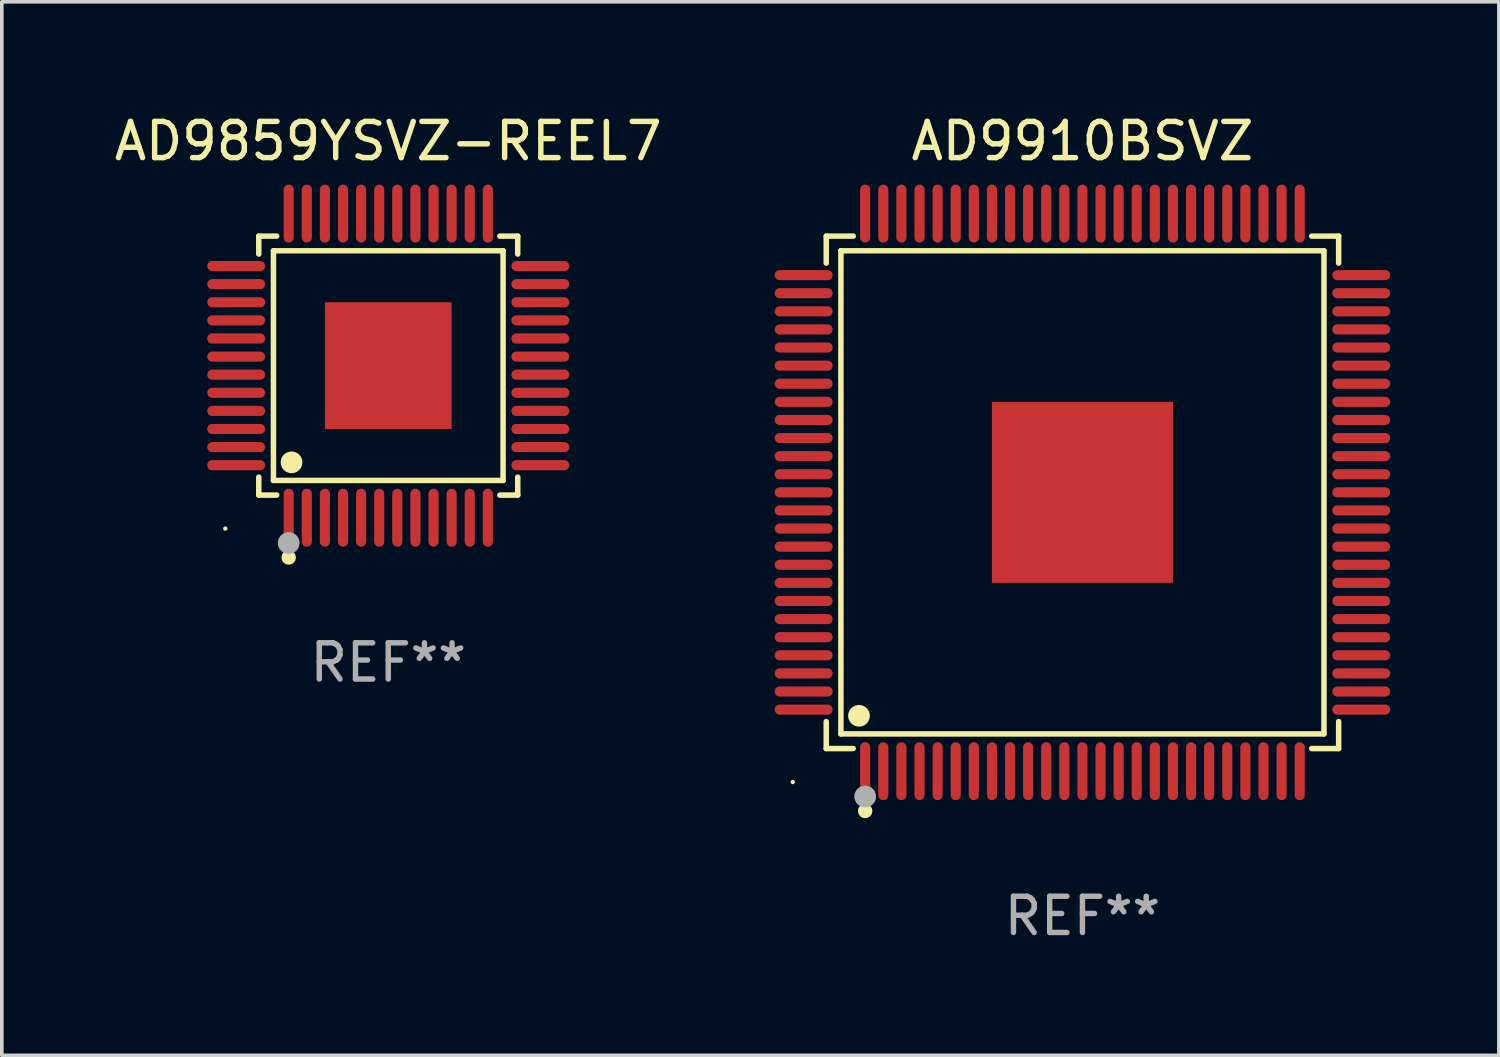
<source format=kicad_pcb>
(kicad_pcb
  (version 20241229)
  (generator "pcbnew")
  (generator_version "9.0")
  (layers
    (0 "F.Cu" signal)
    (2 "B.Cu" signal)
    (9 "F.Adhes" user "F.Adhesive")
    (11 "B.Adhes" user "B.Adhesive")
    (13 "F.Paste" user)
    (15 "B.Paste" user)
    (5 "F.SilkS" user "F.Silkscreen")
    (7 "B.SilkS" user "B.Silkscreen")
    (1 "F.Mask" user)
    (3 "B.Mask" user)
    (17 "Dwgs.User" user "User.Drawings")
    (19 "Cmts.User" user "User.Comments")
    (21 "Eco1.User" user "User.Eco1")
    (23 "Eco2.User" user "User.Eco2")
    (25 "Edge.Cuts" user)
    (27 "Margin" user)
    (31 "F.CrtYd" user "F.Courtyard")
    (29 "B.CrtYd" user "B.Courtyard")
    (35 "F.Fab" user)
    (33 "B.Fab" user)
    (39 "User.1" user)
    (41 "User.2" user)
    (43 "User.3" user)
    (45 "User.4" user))
  (footprint "AD9910BSVZ"
    (layer "F.Cu")
    (at 26.845 10.548)
    (property "Reference" "AD9910BSVZ" (at 0 -9.7 0) (layer "F.SilkS") (effects (font (size 1 1) (thickness 0.15))))
    (attr through_hole)
    (fp_line (start -7.076 -7.076) (end -6.331 -7.076) (stroke (width 0.152) (type solid)) (layer "F.SilkS"))
    (fp_line (start -7.076 -6.331) (end -7.076 -7.076) (stroke (width 0.152) (type solid)) (layer "F.SilkS"))
    (fp_line (start -7.076 6.331) (end -7.076 7.076) (stroke (width 0.152) (type solid)) (layer "F.SilkS"))
    (fp_line (start -7.076 7.076) (end -6.331 7.076) (stroke (width 0.152) (type solid)) (layer "F.SilkS"))
    (fp_line (start -6.671 -6.671) (end 6.671 -6.671) (stroke (width 0.152) (type solid)) (layer "F.SilkS"))
    (fp_line (start -6.671 6.671) (end -6.671 -6.671) (stroke (width 0.152) (type solid)) (layer "F.SilkS"))
    (fp_line (start 6.671 -6.671) (end 6.671 6.671) (stroke (width 0.152) (type solid)) (layer "F.SilkS"))
    (fp_line (start 6.671 6.671) (end -6.671 6.671) (stroke (width 0.152) (type solid)) (layer "F.SilkS"))
    (fp_line (start 7.076 -7.076) (end 6.331 -7.076) (stroke (width 0.152) (type solid)) (layer "F.SilkS"))
    (fp_line (start 7.076 -6.331) (end 7.076 -7.076) (stroke (width 0.152) (type solid)) (layer "F.SilkS"))
    (fp_line (start 7.076 6.331) (end 7.076 7.076) (stroke (width 0.152) (type solid)) (layer "F.SilkS"))
    (fp_line (start 7.076 7.076) (end 6.331 7.076) (stroke (width 0.152) (type solid)) (layer "F.SilkS"))
    (fp_circle (center -8 8) (end -7.97 8) (stroke (width 0.06) (type solid)) (fill no) (layer "F.SilkS"))
    (fp_circle (center -6.171 6.171) (end -6.021 6.171) (stroke (width 0.3) (type solid)) (fill no) (layer "F.SilkS"))
    (fp_circle (center -6 8.8) (end -5.9 8.8) (stroke (width 0.2) (type solid)) (fill no) (layer "F.SilkS"))
    (fp_circle (center -6 8.4) (end -5.85 8.4) (stroke (width 0.3) (type solid)) (fill no) (layer "F.Fab"))
    (fp_text user "REF**" (at 0 11.7 0) (layer "F.Fab") (effects (font (size 1 1) (thickness 0.15))))
    (pad "1" smd oval (at -6 7.7) (size 0.28 1.6) (layers "F.Cu" "F.Mask" "F.Paste"))
    (pad "2" smd oval (at -5.5 7.7) (size 0.28 1.6) (layers "F.Cu" "F.Mask" "F.Paste"))
    (pad "3" smd oval (at -5 7.7) (size 0.28 1.6) (layers "F.Cu" "F.Mask" "F.Paste"))
    (pad "4" smd oval (at -4.5 7.7) (size 0.28 1.6) (layers "F.Cu" "F.Mask" "F.Paste"))
    (pad "5" smd oval (at -4 7.7) (size 0.28 1.6) (layers "F.Cu" "F.Mask" "F.Paste"))
    (pad "6" smd oval (at -3.5 7.7) (size 0.28 1.6) (layers "F.Cu" "F.Mask" "F.Paste"))
    (pad "7" smd oval (at -3 7.7) (size 0.28 1.6) (layers "F.Cu" "F.Mask" "F.Paste"))
    (pad "8" smd oval (at -2.5 7.7) (size 0.28 1.6) (layers "F.Cu" "F.Mask" "F.Paste"))
    (pad "9" smd oval (at -2 7.7) (size 0.28 1.6) (layers "F.Cu" "F.Mask" "F.Paste"))
    (pad "10" smd oval (at -1.5 7.7) (size 0.28 1.6) (layers "F.Cu" "F.Mask" "F.Paste"))
    (pad "11" smd oval (at -1 7.7) (size 0.28 1.6) (layers "F.Cu" "F.Mask" "F.Paste"))
    (pad "12" smd oval (at -0.5 7.7) (size 0.28 1.6) (layers "F.Cu" "F.Mask" "F.Paste"))
    (pad "13" smd oval (at 0 7.7) (size 0.28 1.6) (layers "F.Cu" "F.Mask" "F.Paste"))
    (pad "14" smd oval (at 0.5 7.7) (size 0.28 1.6) (layers "F.Cu" "F.Mask" "F.Paste"))
    (pad "15" smd oval (at 1 7.7) (size 0.28 1.6) (layers "F.Cu" "F.Mask" "F.Paste"))
    (pad "16" smd oval (at 1.5 7.7) (size 0.28 1.6) (layers "F.Cu" "F.Mask" "F.Paste"))
    (pad "17" smd oval (at 2 7.7) (size 0.28 1.6) (layers "F.Cu" "F.Mask" "F.Paste"))
    (pad "18" smd oval (at 2.5 7.7) (size 0.28 1.6) (layers "F.Cu" "F.Mask" "F.Paste"))
    (pad "19" smd oval (at 3 7.7) (size 0.28 1.6) (layers "F.Cu" "F.Mask" "F.Paste"))
    (pad "20" smd oval (at 3.5 7.7) (size 0.28 1.6) (layers "F.Cu" "F.Mask" "F.Paste"))
    (pad "21" smd oval (at 4 7.7) (size 0.28 1.6) (layers "F.Cu" "F.Mask" "F.Paste"))
    (pad "22" smd oval (at 4.5 7.7) (size 0.28 1.6) (layers "F.Cu" "F.Mask" "F.Paste"))
    (pad "23" smd oval (at 5 7.7) (size 0.28 1.6) (layers "F.Cu" "F.Mask" "F.Paste"))
    (pad "24" smd oval (at 5.5 7.7) (size 0.28 1.6) (layers "F.Cu" "F.Mask" "F.Paste"))
    (pad "25" smd oval (at 6 7.7) (size 0.28 1.6) (layers "F.Cu" "F.Mask" "F.Paste"))
    (pad "26" smd oval (at 7.7 6) (size 1.6 0.28) (layers "F.Cu" "F.Mask" "F.Paste"))
    (pad "27" smd oval (at 7.7 5.5) (size 1.6 0.28) (layers "F.Cu" "F.Mask" "F.Paste"))
    (pad "28" smd oval (at 7.7 5) (size 1.6 0.28) (layers "F.Cu" "F.Mask" "F.Paste"))
    (pad "29" smd oval (at 7.7 4.5) (size 1.6 0.28) (layers "F.Cu" "F.Mask" "F.Paste"))
    (pad "30" smd oval (at 7.7 4) (size 1.6 0.28) (layers "F.Cu" "F.Mask" "F.Paste"))
    (pad "31" smd oval (at 7.7 3.5) (size 1.6 0.28) (layers "F.Cu" "F.Mask" "F.Paste"))
    (pad "32" smd oval (at 7.7 3) (size 1.6 0.28) (layers "F.Cu" "F.Mask" "F.Paste"))
    (pad "33" smd oval (at 7.7 2.5) (size 1.6 0.28) (layers "F.Cu" "F.Mask" "F.Paste"))
    (pad "34" smd oval (at 7.7 2) (size 1.6 0.28) (layers "F.Cu" "F.Mask" "F.Paste"))
    (pad "35" smd oval (at 7.7 1.5) (size 1.6 0.28) (layers "F.Cu" "F.Mask" "F.Paste"))
    (pad "36" smd oval (at 7.7 1) (size 1.6 0.28) (layers "F.Cu" "F.Mask" "F.Paste"))
    (pad "37" smd oval (at 7.7 0.5) (size 1.6 0.28) (layers "F.Cu" "F.Mask" "F.Paste"))
    (pad "38" smd oval (at 7.7 0) (size 1.6 0.28) (layers "F.Cu" "F.Mask" "F.Paste"))
    (pad "39" smd oval (at 7.7 -0.5) (size 1.6 0.28) (layers "F.Cu" "F.Mask" "F.Paste"))
    (pad "40" smd oval (at 7.7 -1) (size 1.6 0.28) (layers "F.Cu" "F.Mask" "F.Paste"))
    (pad "41" smd oval (at 7.7 -1.5) (size 1.6 0.28) (layers "F.Cu" "F.Mask" "F.Paste"))
    (pad "42" smd oval (at 7.7 -2) (size 1.6 0.28) (layers "F.Cu" "F.Mask" "F.Paste"))
    (pad "43" smd oval (at 7.7 -2.5) (size 1.6 0.28) (layers "F.Cu" "F.Mask" "F.Paste"))
    (pad "44" smd oval (at 7.7 -3) (size 1.6 0.28) (layers "F.Cu" "F.Mask" "F.Paste"))
    (pad "45" smd oval (at 7.7 -3.5) (size 1.6 0.28) (layers "F.Cu" "F.Mask" "F.Paste"))
    (pad "46" smd oval (at 7.7 -4) (size 1.6 0.28) (layers "F.Cu" "F.Mask" "F.Paste"))
    (pad "47" smd oval (at 7.7 -4.5) (size 1.6 0.28) (layers "F.Cu" "F.Mask" "F.Paste"))
    (pad "48" smd oval (at 7.7 -5) (size 1.6 0.28) (layers "F.Cu" "F.Mask" "F.Paste"))
    (pad "49" smd oval (at 7.7 -5.5) (size 1.6 0.28) (layers "F.Cu" "F.Mask" "F.Paste"))
    (pad "50" smd oval (at 7.7 -6) (size 1.6 0.28) (layers "F.Cu" "F.Mask" "F.Paste"))
    (pad "51" smd oval (at 6 -7.7) (size 0.28 1.6) (layers "F.Cu" "F.Mask" "F.Paste"))
    (pad "52" smd oval (at 5.5 -7.7) (size 0.28 1.6) (layers "F.Cu" "F.Mask" "F.Paste"))
    (pad "53" smd oval (at 5 -7.7) (size 0.28 1.6) (layers "F.Cu" "F.Mask" "F.Paste"))
    (pad "54" smd oval (at 4.5 -7.7) (size 0.28 1.6) (layers "F.Cu" "F.Mask" "F.Paste"))
    (pad "55" smd oval (at 4 -7.7) (size 0.28 1.6) (layers "F.Cu" "F.Mask" "F.Paste"))
    (pad "56" smd oval (at 3.5 -7.7) (size 0.28 1.6) (layers "F.Cu" "F.Mask" "F.Paste"))
    (pad "57" smd oval (at 3 -7.7) (size 0.28 1.6) (layers "F.Cu" "F.Mask" "F.Paste"))
    (pad "58" smd oval (at 2.5 -7.7) (size 0.28 1.6) (layers "F.Cu" "F.Mask" "F.Paste"))
    (pad "59" smd oval (at 2 -7.7) (size 0.28 1.6) (layers "F.Cu" "F.Mask" "F.Paste"))
    (pad "60" smd oval (at 1.5 -7.7) (size 0.28 1.6) (layers "F.Cu" "F.Mask" "F.Paste"))
    (pad "61" smd oval (at 1 -7.7) (size 0.28 1.6) (layers "F.Cu" "F.Mask" "F.Paste"))
    (pad "62" smd oval (at 0.5 -7.7) (size 0.28 1.6) (layers "F.Cu" "F.Mask" "F.Paste"))
    (pad "63" smd oval (at 0 -7.7) (size 0.28 1.6) (layers "F.Cu" "F.Mask" "F.Paste"))
    (pad "64" smd oval (at -0.5 -7.7) (size 0.28 1.6) (layers "F.Cu" "F.Mask" "F.Paste"))
    (pad "65" smd oval (at -1 -7.7) (size 0.28 1.6) (layers "F.Cu" "F.Mask" "F.Paste"))
    (pad "66" smd oval (at -1.5 -7.7) (size 0.28 1.6) (layers "F.Cu" "F.Mask" "F.Paste"))
    (pad "67" smd oval (at -2 -7.7) (size 0.28 1.6) (layers "F.Cu" "F.Mask" "F.Paste"))
    (pad "68" smd oval (at -2.5 -7.7) (size 0.28 1.6) (layers "F.Cu" "F.Mask" "F.Paste"))
    (pad "69" smd oval (at -3 -7.7) (size 0.28 1.6) (layers "F.Cu" "F.Mask" "F.Paste"))
    (pad "70" smd oval (at -3.5 -7.7) (size 0.28 1.6) (layers "F.Cu" "F.Mask" "F.Paste"))
    (pad "71" smd oval (at -4 -7.7) (size 0.28 1.6) (layers "F.Cu" "F.Mask" "F.Paste"))
    (pad "72" smd oval (at -4.5 -7.7) (size 0.28 1.6) (layers "F.Cu" "F.Mask" "F.Paste"))
    (pad "73" smd oval (at -5 -7.7) (size 0.28 1.6) (layers "F.Cu" "F.Mask" "F.Paste"))
    (pad "74" smd oval (at -5.5 -7.7) (size 0.28 1.6) (layers "F.Cu" "F.Mask" "F.Paste"))
    (pad "75" smd oval (at -6 -7.7) (size 0.28 1.6) (layers "F.Cu" "F.Mask" "F.Paste"))
    (pad "76" smd oval (at -7.7 -6) (size 1.6 0.28) (layers "F.Cu" "F.Mask" "F.Paste"))
    (pad "77" smd oval (at -7.7 -5.5) (size 1.6 0.28) (layers "F.Cu" "F.Mask" "F.Paste"))
    (pad "78" smd oval (at -7.7 -5) (size 1.6 0.28) (layers "F.Cu" "F.Mask" "F.Paste"))
    (pad "79" smd oval (at -7.7 -4.5) (size 1.6 0.28) (layers "F.Cu" "F.Mask" "F.Paste"))
    (pad "80" smd oval (at -7.7 -4) (size 1.6 0.28) (layers "F.Cu" "F.Mask" "F.Paste"))
    (pad "81" smd oval (at -7.7 -3.5) (size 1.6 0.28) (layers "F.Cu" "F.Mask" "F.Paste"))
    (pad "82" smd oval (at -7.7 -3) (size 1.6 0.28) (layers "F.Cu" "F.Mask" "F.Paste"))
    (pad "83" smd oval (at -7.7 -2.5) (size 1.6 0.28) (layers "F.Cu" "F.Mask" "F.Paste"))
    (pad "84" smd oval (at -7.7 -2) (size 1.6 0.28) (layers "F.Cu" "F.Mask" "F.Paste"))
    (pad "85" smd oval (at -7.7 -1.5) (size 1.6 0.28) (layers "F.Cu" "F.Mask" "F.Paste"))
    (pad "86" smd oval (at -7.7 -1) (size 1.6 0.28) (layers "F.Cu" "F.Mask" "F.Paste"))
    (pad "87" smd oval (at -7.7 -0.5) (size 1.6 0.28) (layers "F.Cu" "F.Mask" "F.Paste"))
    (pad "88" smd oval (at -7.7 0) (size 1.6 0.28) (layers "F.Cu" "F.Mask" "F.Paste"))
    (pad "89" smd oval (at -7.7 0.5) (size 1.6 0.28) (layers "F.Cu" "F.Mask" "F.Paste"))
    (pad "90" smd oval (at -7.7 1) (size 1.6 0.28) (layers "F.Cu" "F.Mask" "F.Paste"))
    (pad "91" smd oval (at -7.7 1.5) (size 1.6 0.28) (layers "F.Cu" "F.Mask" "F.Paste"))
    (pad "92" smd oval (at -7.7 2) (size 1.6 0.28) (layers "F.Cu" "F.Mask" "F.Paste"))
    (pad "93" smd oval (at -7.7 2.5) (size 1.6 0.28) (layers "F.Cu" "F.Mask" "F.Paste"))
    (pad "94" smd oval (at -7.7 3) (size 1.6 0.28) (layers "F.Cu" "F.Mask" "F.Paste"))
    (pad "95" smd oval (at -7.7 3.5) (size 1.6 0.28) (layers "F.Cu" "F.Mask" "F.Paste"))
    (pad "96" smd oval (at -7.7 4) (size 1.6 0.28) (layers "F.Cu" "F.Mask" "F.Paste"))
    (pad "97" smd oval (at -7.7 4.5) (size 1.6 0.28) (layers "F.Cu" "F.Mask" "F.Paste"))
    (pad "98" smd oval (at -7.7 5) (size 1.6 0.28) (layers "F.Cu" "F.Mask" "F.Paste"))
    (pad "99" smd oval (at -7.7 5.5) (size 1.6 0.28) (layers "F.Cu" "F.Mask" "F.Paste"))
    (pad "100" smd oval (at -7.7 6) (size 1.6 0.28) (layers "F.Cu" "F.Mask" "F.Paste"))
    (pad "101" smd rect (at 0 0) (size 5 5) (layers "F.Cu" "F.Mask" "F.Paste")))
  (footprint "AD9859YSVZ-REEL7"
    (layer "F.Cu")
    (at 7.673 7.048)
    (property "Reference" "AD9859YSVZ-REEL7" (at 0 -6.2 0) (layer "F.SilkS") (effects (font (size 1 1) (thickness 0.15))))
    (attr through_hole)
    (fp_line (start -3.576 -3.576) (end -3.081 -3.576) (stroke (width 0.152) (type solid)) (layer "F.SilkS"))
    (fp_line (start -3.576 -3.081) (end -3.576 -3.576) (stroke (width 0.152) (type solid)) (layer "F.SilkS"))
    (fp_line (start -3.576 3.081) (end -3.576 3.576) (stroke (width 0.152) (type solid)) (layer "F.SilkS"))
    (fp_line (start -3.576 3.576) (end -3.081 3.576) (stroke (width 0.152) (type solid)) (layer "F.SilkS"))
    (fp_line (start -3.171 -3.171) (end 3.171 -3.171) (stroke (width 0.152) (type solid)) (layer "F.SilkS"))
    (fp_line (start -3.171 3.171) (end -3.171 -3.171) (stroke (width 0.152) (type solid)) (layer "F.SilkS"))
    (fp_line (start 3.171 -3.171) (end 3.171 3.171) (stroke (width 0.152) (type solid)) (layer "F.SilkS"))
    (fp_line (start 3.171 3.171) (end -3.171 3.171) (stroke (width 0.152) (type solid)) (layer "F.SilkS"))
    (fp_line (start 3.576 -3.576) (end 3.081 -3.576) (stroke (width 0.152) (type solid)) (layer "F.SilkS"))
    (fp_line (start 3.576 -3.081) (end 3.576 -3.576) (stroke (width 0.152) (type solid)) (layer "F.SilkS"))
    (fp_line (start 3.576 3.081) (end 3.576 3.576) (stroke (width 0.152) (type solid)) (layer "F.SilkS"))
    (fp_line (start 3.576 3.576) (end 3.081 3.576) (stroke (width 0.152) (type solid)) (layer "F.SilkS"))
    (fp_circle (center -4.5 4.5) (end -4.47 4.5) (stroke (width 0.06) (type solid)) (fill no) (layer "F.SilkS"))
    (fp_circle (center -2.75 5.3) (end -2.65 5.3) (stroke (width 0.2) (type solid)) (fill no) (layer "F.SilkS"))
    (fp_circle (center -2.671 2.671) (end -2.521 2.671) (stroke (width 0.3) (type solid)) (fill no) (layer "F.SilkS"))
    (fp_circle (center -2.75 4.9) (end -2.6 4.9) (stroke (width 0.3) (type solid)) (fill no) (layer "F.Fab"))
    (fp_text user "REF**" (at 0 8.2 0) (layer "F.Fab") (effects (font (size 1 1) (thickness 0.15))))
    (pad "1" smd oval (at -2.75 4.2) (size 0.28 1.6) (layers "F.Cu" "F.Mask" "F.Paste"))
    (pad "2" smd oval (at -2.25 4.2) (size 0.28 1.6) (layers "F.Cu" "F.Mask" "F.Paste"))
    (pad "3" smd oval (at -1.75 4.2) (size 0.28 1.6) (layers "F.Cu" "F.Mask" "F.Paste"))
    (pad "4" smd oval (at -1.25 4.2) (size 0.28 1.6) (layers "F.Cu" "F.Mask" "F.Paste"))
    (pad "5" smd oval (at -0.75 4.2) (size 0.28 1.6) (layers "F.Cu" "F.Mask" "F.Paste"))
    (pad "6" smd oval (at -0.25 4.2) (size 0.28 1.6) (layers "F.Cu" "F.Mask" "F.Paste"))
    (pad "7" smd oval (at 0.25 4.2) (size 0.28 1.6) (layers "F.Cu" "F.Mask" "F.Paste"))
    (pad "8" smd oval (at 0.75 4.2) (size 0.28 1.6) (layers "F.Cu" "F.Mask" "F.Paste"))
    (pad "9" smd oval (at 1.25 4.2) (size 0.28 1.6) (layers "F.Cu" "F.Mask" "F.Paste"))
    (pad "10" smd oval (at 1.75 4.2) (size 0.28 1.6) (layers "F.Cu" "F.Mask" "F.Paste"))
    (pad "11" smd oval (at 2.25 4.2) (size 0.28 1.6) (layers "F.Cu" "F.Mask" "F.Paste"))
    (pad "12" smd oval (at 2.75 4.2) (size 0.28 1.6) (layers "F.Cu" "F.Mask" "F.Paste"))
    (pad "13" smd oval (at 4.2 2.75) (size 1.6 0.28) (layers "F.Cu" "F.Mask" "F.Paste"))
    (pad "14" smd oval (at 4.2 2.25) (size 1.6 0.28) (layers "F.Cu" "F.Mask" "F.Paste"))
    (pad "15" smd oval (at 4.2 1.75) (size 1.6 0.28) (layers "F.Cu" "F.Mask" "F.Paste"))
    (pad "16" smd oval (at 4.2 1.25) (size 1.6 0.28) (layers "F.Cu" "F.Mask" "F.Paste"))
    (pad "17" smd oval (at 4.2 0.75) (size 1.6 0.28) (layers "F.Cu" "F.Mask" "F.Paste"))
    (pad "18" smd oval (at 4.2 0.25) (size 1.6 0.28) (layers "F.Cu" "F.Mask" "F.Paste"))
    (pad "19" smd oval (at 4.2 -0.25) (size 1.6 0.28) (layers "F.Cu" "F.Mask" "F.Paste"))
    (pad "20" smd oval (at 4.2 -0.75) (size 1.6 0.28) (layers "F.Cu" "F.Mask" "F.Paste"))
    (pad "21" smd oval (at 4.2 -1.25) (size 1.6 0.28) (layers "F.Cu" "F.Mask" "F.Paste"))
    (pad "22" smd oval (at 4.2 -1.75) (size 1.6 0.28) (layers "F.Cu" "F.Mask" "F.Paste"))
    (pad "23" smd oval (at 4.2 -2.25) (size 1.6 0.28) (layers "F.Cu" "F.Mask" "F.Paste"))
    (pad "24" smd oval (at 4.2 -2.75) (size 1.6 0.28) (layers "F.Cu" "F.Mask" "F.Paste"))
    (pad "25" smd oval (at 2.75 -4.2) (size 0.28 1.6) (layers "F.Cu" "F.Mask" "F.Paste"))
    (pad "26" smd oval (at 2.25 -4.2) (size 0.28 1.6) (layers "F.Cu" "F.Mask" "F.Paste"))
    (pad "27" smd oval (at 1.75 -4.2) (size 0.28 1.6) (layers "F.Cu" "F.Mask" "F.Paste"))
    (pad "28" smd oval (at 1.25 -4.2) (size 0.28 1.6) (layers "F.Cu" "F.Mask" "F.Paste"))
    (pad "29" smd oval (at 0.75 -4.2) (size 0.28 1.6) (layers "F.Cu" "F.Mask" "F.Paste"))
    (pad "30" smd oval (at 0.25 -4.2) (size 0.28 1.6) (layers "F.Cu" "F.Mask" "F.Paste"))
    (pad "31" smd oval (at -0.25 -4.2) (size 0.28 1.6) (layers "F.Cu" "F.Mask" "F.Paste"))
    (pad "32" smd oval (at -0.75 -4.2) (size 0.28 1.6) (layers "F.Cu" "F.Mask" "F.Paste"))
    (pad "33" smd oval (at -1.25 -4.2) (size 0.28 1.6) (layers "F.Cu" "F.Mask" "F.Paste"))
    (pad "34" smd oval (at -1.75 -4.2) (size 0.28 1.6) (layers "F.Cu" "F.Mask" "F.Paste"))
    (pad "35" smd oval (at -2.25 -4.2) (size 0.28 1.6) (layers "F.Cu" "F.Mask" "F.Paste"))
    (pad "36" smd oval (at -2.75 -4.2) (size 0.28 1.6) (layers "F.Cu" "F.Mask" "F.Paste"))
    (pad "37" smd oval (at -4.2 -2.75) (size 1.6 0.28) (layers "F.Cu" "F.Mask" "F.Paste"))
    (pad "38" smd oval (at -4.2 -2.25) (size 1.6 0.28) (layers "F.Cu" "F.Mask" "F.Paste"))
    (pad "39" smd oval (at -4.2 -1.75) (size 1.6 0.28) (layers "F.Cu" "F.Mask" "F.Paste"))
    (pad "40" smd oval (at -4.2 -1.25) (size 1.6 0.28) (layers "F.Cu" "F.Mask" "F.Paste"))
    (pad "41" smd oval (at -4.2 -0.75) (size 1.6 0.28) (layers "F.Cu" "F.Mask" "F.Paste"))
    (pad "42" smd oval (at -4.2 -0.25) (size 1.6 0.28) (layers "F.Cu" "F.Mask" "F.Paste"))
    (pad "43" smd oval (at -4.2 0.25) (size 1.6 0.28) (layers "F.Cu" "F.Mask" "F.Paste"))
    (pad "44" smd oval (at -4.2 0.75) (size 1.6 0.28) (layers "F.Cu" "F.Mask" "F.Paste"))
    (pad "45" smd oval (at -4.2 1.25) (size 1.6 0.28) (layers "F.Cu" "F.Mask" "F.Paste"))
    (pad "46" smd oval (at -4.2 1.75) (size 1.6 0.28) (layers "F.Cu" "F.Mask" "F.Paste"))
    (pad "47" smd oval (at -4.2 2.25) (size 1.6 0.28) (layers "F.Cu" "F.Mask" "F.Paste"))
    (pad "48" smd oval (at -4.2 2.75) (size 1.6 0.28) (layers "F.Cu" "F.Mask" "F.Paste"))
    (pad "49" smd rect (at 0 0) (size 3.5 3.5) (layers "F.Cu" "F.Mask" "F.Paste")))
  (gr_rect
    (start -3 -3)
    (end 38.345 26.097)
    (stroke (width 0.1) (type default))
    (fill no)
    (layer "Edge.Cuts")))
</source>
